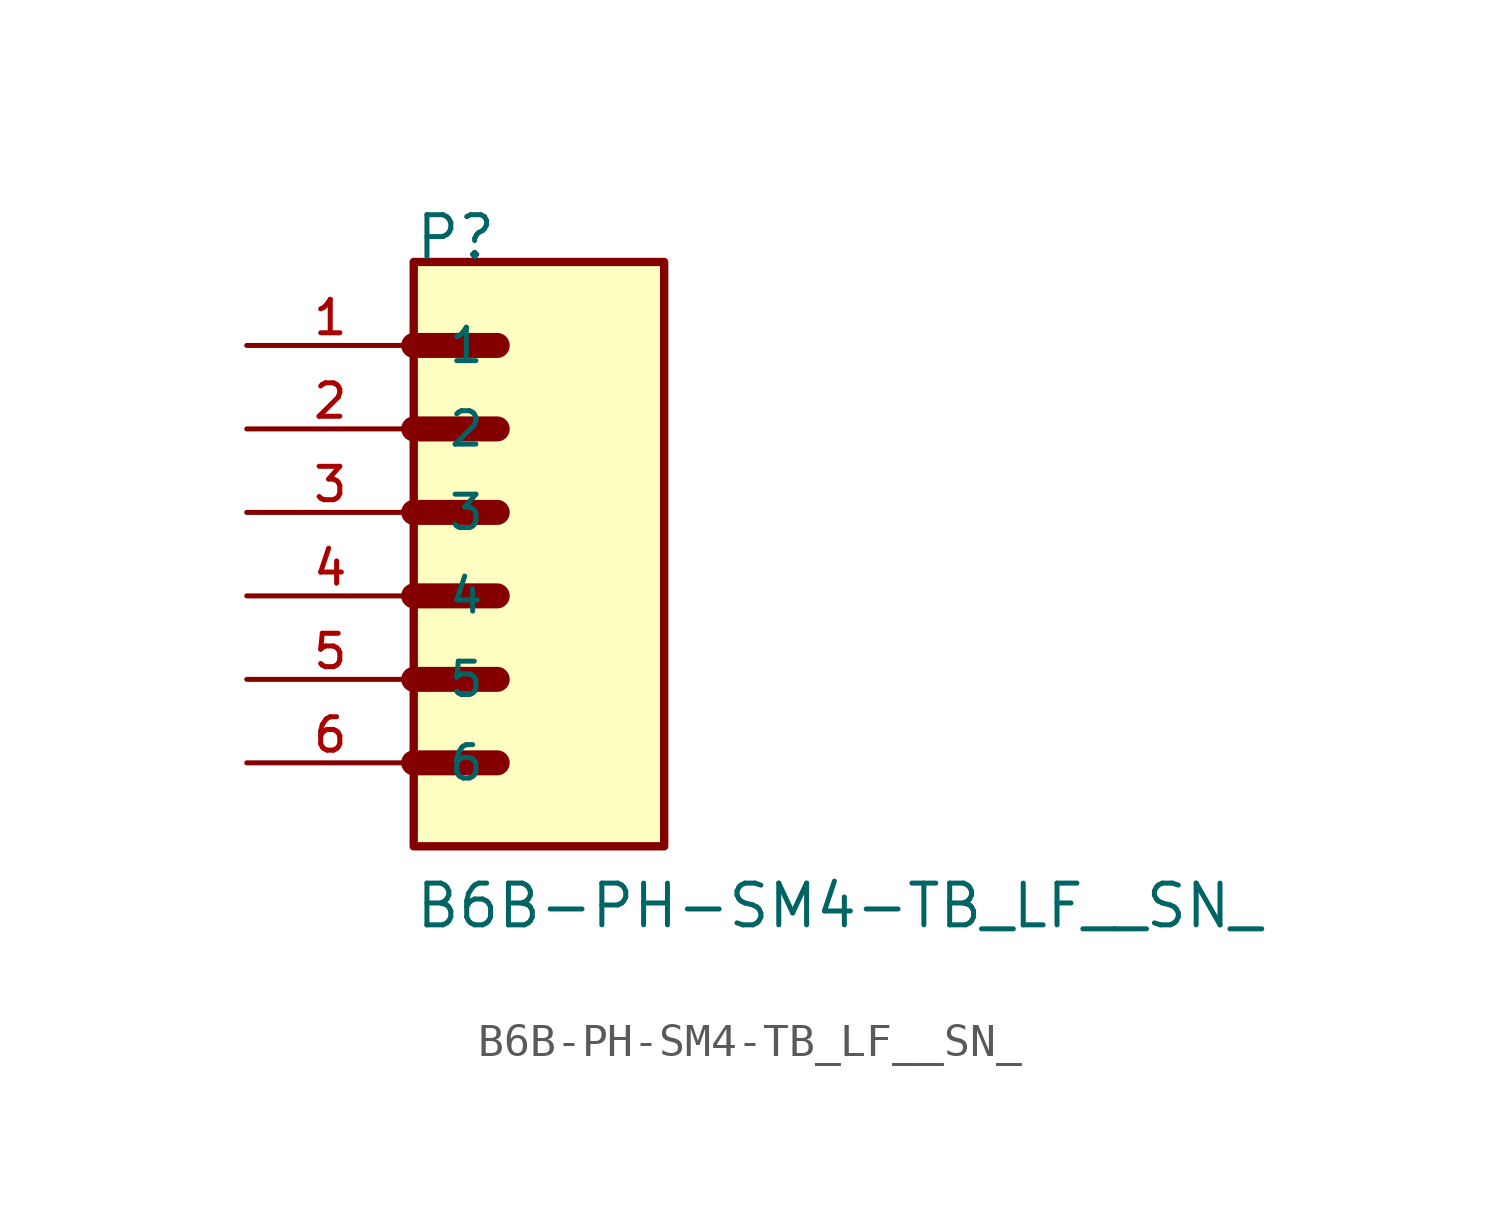
<source format=kicad_sym>
(kicad_symbol_lib
  (version 20211014)
  (generator kicad_symbol_editor)
  (symbol "B6B-PH-SM4-TB_LF__SN_"
    (pin_names
      (offset 1.016))
    (property "Reference" "P"
      (at 0.0 7.625 0)
      (effects (font (size 1.27 1.27)) (justify bottom left)))
    (property "Value" "B6B-PH-SM4-TB_LF__SN_"
      (at 0.0 -12.713 0)
      (effects (font (size 1.27 1.27)) (justify bottom left)))
    (symbol "B6B-PH-SM4-TB_LF__SN__0_0"
      (polyline (pts (xy 0.0 5.08) (xy 2.54 5.08)) (stroke (width 0.762)))
      (polyline (pts (xy 0.0 2.54) (xy 2.54 2.54)) (stroke (width 0.762)))
      (polyline (pts (xy 0.0 0.0) (xy 2.54 0.0)) (stroke (width 0.762)))
      (polyline (pts (xy 0.0 -2.54) (xy 2.54 -2.54)) (stroke (width 0.762)))
      (polyline (pts (xy 0.0 -5.08) (xy 2.54 -5.08)) (stroke (width 0.762)))
      (polyline (pts (xy 0.0 -7.62) (xy 2.54 -7.62)) (stroke (width 0.762)))
      (rectangle (start 0.0 -10.16) (end 7.62 7.62) (stroke (width 0.254)) (fill (type background)))
      (pin passive line (at -5.08 5.08 0) (length 5.08) (name "1" (effects (font (size 1.016 1.016)))) (number "1" (effects (font (size 1.016 1.016)))))
      (pin passive line (at -5.08 2.54 0) (length 5.08) (name "2" (effects (font (size 1.016 1.016)))) (number "2" (effects (font (size 1.016 1.016)))))
      (pin passive line (at -5.08 0.0 0) (length 5.08) (name "3" (effects (font (size 1.016 1.016)))) (number "3" (effects (font (size 1.016 1.016)))))
      (pin passive line (at -5.08 -2.54 0) (length 5.08) (name "4" (effects (font (size 1.016 1.016)))) (number "4" (effects (font (size 1.016 1.016)))))
      (pin passive line (at -5.08 -5.08 0) (length 5.08) (name "5" (effects (font (size 1.016 1.016)))) (number "5" (effects (font (size 1.016 1.016)))))
      (pin passive line (at -5.08 -7.62 0) (length 5.08) (name "6" (effects (font (size 1.016 1.016)))) (number "6" (effects (font (size 1.016 1.016))))))))
</source>
